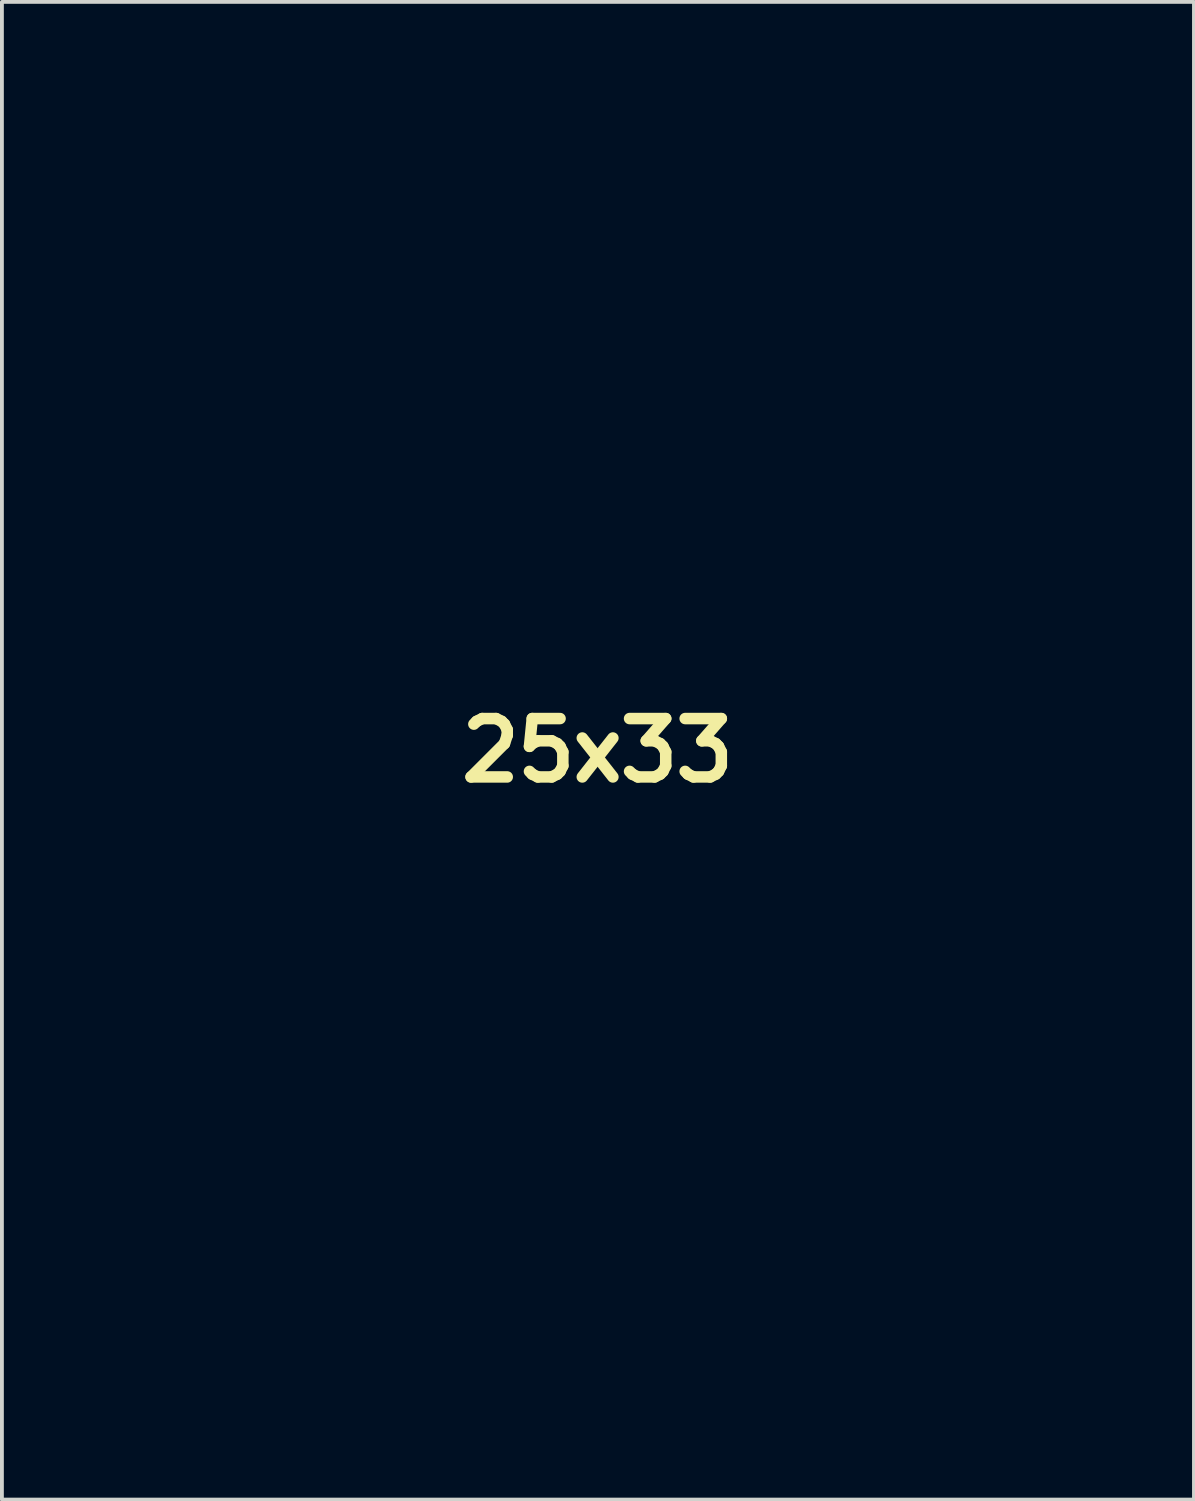
<source format=kicad_pcb>
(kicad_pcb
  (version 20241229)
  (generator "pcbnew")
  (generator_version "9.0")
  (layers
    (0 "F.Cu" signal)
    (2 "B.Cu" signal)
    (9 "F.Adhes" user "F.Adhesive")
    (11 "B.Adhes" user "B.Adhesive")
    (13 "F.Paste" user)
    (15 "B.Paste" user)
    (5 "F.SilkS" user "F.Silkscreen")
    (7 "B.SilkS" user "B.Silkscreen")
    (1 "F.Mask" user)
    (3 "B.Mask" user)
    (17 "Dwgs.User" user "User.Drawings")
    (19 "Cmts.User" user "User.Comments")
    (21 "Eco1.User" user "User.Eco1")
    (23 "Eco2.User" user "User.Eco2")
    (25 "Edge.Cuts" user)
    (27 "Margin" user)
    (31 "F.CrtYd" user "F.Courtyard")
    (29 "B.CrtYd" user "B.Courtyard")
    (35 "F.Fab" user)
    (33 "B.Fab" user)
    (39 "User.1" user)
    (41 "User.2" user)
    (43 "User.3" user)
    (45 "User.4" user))
  (footprint "25x33"
    (layer "F.Cu")
    (at 12.548 16.54)
    (property "Reference" "25x33" (at 0 0 0) (layer "F.SilkS") (effects (font (size 1.524 1.524) (thickness 0.3))))
    (attr board_only exclude_from_pos_files exclude_from_bom)
    (fp_poly (pts (xy 0.199 -16.49) (xy 0.493 -16.49) (xy 0.784 -16.49) (xy 1.07 -16.49) (xy 1.348 -16.489) (xy 1.616 -16.488) (xy 1.873 -16.487) (xy 2.115 -16.486) (xy 2.343 -16.485) (xy 2.552 -16.484) (xy 2.741 -16.483) (xy 2.909 -16.481) (xy 3.052 -16.479) (xy 3.169 -16.478) (xy 3.258 -16.476) (xy 3.317 -16.474) (xy 3.337 -16.472) (xy 3.646 -16.425) (xy 3.952 -16.345) (xy 4.248 -16.236) (xy 4.53 -16.099) (xy 4.662 -16.021) (xy 4.913 -15.846) (xy 5.148 -15.644) (xy 5.364 -15.418) (xy 5.557 -15.172) (xy 5.724 -14.91) (xy 5.861 -14.639) (xy 5.967 -14.364) (xy 6.042 -14.09) (xy 6.088 -13.812) (xy 6.105 -13.522) (xy 6.106 -13.483) (xy 6.106 -13.197) (xy 6.051 -13.082) (xy 5.973 -12.954) (xy 5.869 -12.845) (xy 5.744 -12.759) (xy 5.605 -12.7) (xy 5.545 -12.685) (xy 5.521 -12.684) (xy 5.465 -12.682) (xy 5.378 -12.681) (xy 5.262 -12.679) (xy 5.119 -12.678) (xy 4.949 -12.677) (xy 4.756 -12.676) (xy 4.539 -12.675) (xy 4.301 -12.674) (xy 4.043 -12.673) (xy 3.767 -12.672) (xy 3.474 -12.671) (xy 3.166 -12.671) (xy 2.844 -12.67) (xy 2.51 -12.67) (xy 2.165 -12.669) (xy 1.811 -12.669) (xy 1.45 -12.668) (xy 1.083 -12.668) (xy 0.711 -12.668) (xy 0.337 -12.668) (xy -0.039 -12.668) (xy -0.415 -12.668) (xy -0.789 -12.668) (xy -1.16 -12.668) (xy -1.526 -12.668) (xy -1.885 -12.668) (xy -2.237 -12.669) (xy -2.579 -12.669) (xy -2.911 -12.67) (xy -3.23 -12.67) (xy -3.535 -12.671) (xy -3.824 -12.672) (xy -4.096 -12.673) (xy -4.35 -12.673) (xy -4.583 -12.674) (xy -4.795 -12.675) (xy -4.983 -12.677) (xy -5.147 -12.678) (xy -5.284 -12.679) (xy -5.394 -12.68) (xy -5.474 -12.682) (xy -5.523 -12.683) (xy -5.539 -12.684) (xy -5.677 -12.728) (xy -5.803 -12.801) (xy -5.912 -12.898) (xy -6.001 -13.015) (xy -6.064 -13.15) (xy -6.091 -13.247) (xy -6.102 -13.306) (xy -6.108 -13.361) (xy -6.11 -13.421) (xy -6.107 -13.495) (xy -6.101 -13.591) (xy -6.099 -13.615) (xy -6.067 -13.892) (xy -6.016 -14.148) (xy -5.943 -14.392) (xy -5.847 -14.635) (xy -5.787 -14.763) (xy -5.63 -15.044) (xy -5.448 -15.304) (xy -5.242 -15.542) (xy -5.014 -15.756) (xy -4.766 -15.945) (xy -4.5 -16.108) (xy -4.217 -16.244) (xy -3.919 -16.352) (xy -3.608 -16.43) (xy -3.331 -16.472) (xy -3.294 -16.474) (xy -3.226 -16.476) (xy -3.127 -16.478) (xy -3.001 -16.48) (xy -2.85 -16.481) (xy -2.675 -16.483) (xy -2.48 -16.484) (xy -2.264 -16.486) (xy -2.032 -16.487) (xy -1.784 -16.488) (xy -1.524 -16.488) (xy -1.252 -16.489) (xy -0.972 -16.49) (xy -0.684 -16.49) (xy -0.392 -16.49) (xy -0.097 -16.49)) (stroke (width 0.1) (type solid)) (fill no) (layer "Eco1.User"))
    (fp_poly (pts (xy 10.979 -11.545) (xy 11.068 -11.543) (xy 11.138 -11.539) (xy 11.199 -11.531) (xy 11.257 -11.52) (xy 11.308 -11.508) (xy 11.529 -11.435) (xy 11.733 -11.334) (xy 11.919 -11.204) (xy 12.061 -11.072) (xy 12.195 -10.917) (xy 12.302 -10.756) (xy 12.387 -10.582) (xy 12.455 -10.385) (xy 12.462 -10.359) (xy 12.506 -10.199) (xy 12.511 -5.209) (xy 12.515 -0.219) (xy 11.538 -0.219) (xy 11.538 -5.092) (xy 11.538 -5.626) (xy 11.538 -6.126) (xy 11.537 -6.594) (xy 11.537 -7.029) (xy 11.537 -7.433) (xy 11.536 -7.806) (xy 11.535 -8.149) (xy 11.535 -8.461) (xy 11.534 -8.744) (xy 11.533 -8.998) (xy 11.532 -9.223) (xy 11.531 -9.421) (xy 11.529 -9.591) (xy 11.528 -9.735) (xy 11.526 -9.852) (xy 11.525 -9.943) (xy 11.523 -10.008) (xy 11.521 -10.05) (xy 11.519 -10.064) (xy 11.477 -10.208) (xy 11.407 -10.333) (xy 11.311 -10.438) (xy 11.191 -10.52) (xy 11.172 -10.53) (xy 11.114 -10.557) (xy 11.063 -10.574) (xy 11.008 -10.584) (xy 10.937 -10.59) (xy 10.894 -10.592) (xy 10.644 -10.586) (xy 10.385 -10.551) (xy 10.123 -10.487) (xy 9.862 -10.396) (xy 9.606 -10.28) (xy 9.36 -10.139) (xy 9.239 -10.058) (xy 9.149 -9.988) (xy 9.046 -9.898) (xy 8.937 -9.794) (xy 8.828 -9.683) (xy 8.726 -9.572) (xy 8.639 -9.468) (xy 8.586 -9.399) (xy 8.448 -9.179) (xy 8.324 -8.936) (xy 8.22 -8.675) (xy 8.136 -8.404) (xy 8.115 -8.321) (xy 8.078 -8.161) (xy 8.073 -3.423) (xy 8.068 1.314) (xy 12.515 1.314) (xy 12.511 6.876) (xy 12.51 7.391) (xy 12.51 7.874) (xy 12.509 8.324) (xy 12.509 8.745) (xy 12.509 9.136) (xy 12.508 9.499) (xy 12.508 9.834) (xy 12.507 10.144) (xy 12.507 10.428) (xy 12.506 10.689) (xy 12.505 10.926) (xy 12.505 11.142) (xy 12.504 11.337) (xy 12.503 11.513) (xy 12.502 11.67) (xy 12.501 11.81) (xy 12.5 11.933) (xy 12.499 12.041) (xy 12.498 12.135) (xy 12.497 12.216) (xy 12.495 12.284) (xy 12.493 12.342) (xy 12.492 12.39) (xy 12.49 12.429) (xy 12.488 12.461) (xy 12.486 12.485) (xy 12.483 12.505) (xy 12.481 12.52) (xy 12.478 12.531) (xy 12.477 12.536) (xy 12.406 12.717) (xy 12.308 12.879) (xy 12.185 13.019) (xy 12.039 13.136) (xy 11.872 13.227) (xy 11.811 13.252) (xy 11.764 13.269) (xy 11.72 13.28) (xy 11.672 13.288) (xy 11.612 13.294) (xy 11.532 13.297) (xy 11.428 13.299) (xy 11.332 13.3) (xy 11.242 13.3) (xy 11.168 13.299) (xy 11.116 13.297) (xy 11.1 13.296) (xy 10.969 13.281) (xy 10.864 13.267) (xy 10.777 13.255) (xy 10.699 13.242) (xy 10.623 13.229) (xy 10.578 13.22) (xy 10.217 13.132) (xy 9.864 13.011) (xy 9.52 12.861) (xy 9.189 12.682) (xy 8.873 12.475) (xy 8.575 12.242) (xy 8.335 12.021) (xy 8.07 11.737) (xy 7.835 11.434) (xy 7.627 11.114) (xy 7.449 10.776) (xy 7.299 10.421) (xy 7.178 10.05) (xy 7.087 9.663) (xy 7.063 9.525) (xy 7.06 9.51) (xy 7.058 9.494) (xy 7.056 9.475) (xy 7.054 9.452) (xy 7.052 9.425) (xy 7.051 9.393) (xy 7.049 9.355) (xy 7.048 9.309) (xy 7.046 9.256) (xy 7.045 9.194) (xy 7.044 9.122) (xy 7.042 9.04) (xy 7.041 8.947) (xy 7.04 8.842) (xy 7.039 8.723) (xy 7.039 8.59) (xy 7.038 8.443) (xy 7.037 8.28) (xy 7.036 8.1) (xy 7.036 7.903) (xy 7.035 7.687) (xy 7.035 7.452) (xy 7.034 7.198) (xy 7.034 6.922) (xy 7.034 6.624) (xy 7.033 6.304) (xy 7.033 5.96) (xy 7.033 5.592) (xy 7.033 5.199) (xy 7.033 4.779) (xy 7.032 4.333) (xy 7.032 3.858) (xy 7.032 3.355) (xy 7.032 2.822) (xy 7.032 2.258) (xy 7.032 1.663) (xy 7.032 1.036) (xy 7.032 0.623) (xy 7.032 -8.093) (xy 7.07 -8.304) (xy 7.152 -8.662) (xy 7.263 -9.007) (xy 7.403 -9.337) (xy 7.571 -9.65) (xy 7.765 -9.945) (xy 7.985 -10.22) (xy 8.229 -10.474) (xy 8.496 -10.706) (xy 8.785 -10.913) (xy 9.096 -11.096) (xy 9.205 -11.151) (xy 9.53 -11.294) (xy 9.856 -11.404) (xy 10.185 -11.482) (xy 10.522 -11.528) (xy 10.864 -11.545)) (stroke (width 0.1) (type solid)) (fill no) (layer "Eco1.User"))
    (fp_poly (pts (xy -10.654 -11.539) (xy -10.454 -11.524) (xy -10.26 -11.497) (xy -10.058 -11.456) (xy -9.949 -11.43) (xy -9.602 -11.325) (xy -9.27 -11.19) (xy -8.954 -11.026) (xy -8.653 -10.833) (xy -8.371 -10.612) (xy -8.108 -10.364) (xy -7.866 -10.091) (xy -7.773 -9.971) (xy -7.576 -9.681) (xy -7.407 -9.373) (xy -7.266 -9.047) (xy -7.152 -8.701) (xy -7.066 -8.336) (xy -7.054 -8.276) (xy -7.015 -8.06) (xy -7.015 0.606) (xy -7.015 1.272) (xy -7.015 1.906) (xy -7.015 2.507) (xy -7.016 3.076) (xy -7.016 3.615) (xy -7.016 4.125) (xy -7.016 4.605) (xy -7.016 5.057) (xy -7.017 5.481) (xy -7.017 5.879) (xy -7.017 6.251) (xy -7.018 6.597) (xy -7.018 6.919) (xy -7.019 7.218) (xy -7.019 7.493) (xy -7.02 7.747) (xy -7.021 7.979) (xy -7.021 8.191) (xy -7.022 8.383) (xy -7.023 8.556) (xy -7.024 8.711) (xy -7.025 8.848) (xy -7.026 8.968) (xy -7.027 9.073) (xy -7.029 9.163) (xy -7.03 9.238) (xy -7.031 9.3) (xy -7.033 9.349) (xy -7.034 9.385) (xy -7.036 9.411) (xy -7.037 9.424) (xy -7.108 9.812) (xy -7.205 10.181) (xy -7.33 10.533) (xy -7.484 10.871) (xy -7.668 11.198) (xy -7.883 11.516) (xy -7.931 11.58) (xy -8.007 11.674) (xy -8.104 11.783) (xy -8.215 11.901) (xy -8.333 12.021) (xy -8.453 12.138) (xy -8.569 12.244) (xy -8.673 12.335) (xy -8.733 12.382) (xy -9.055 12.607) (xy -9.386 12.8) (xy -9.728 12.962) (xy -10.083 13.093) (xy -10.453 13.195) (xy -10.814 13.264) (xy -10.914 13.277) (xy -11.031 13.287) (xy -11.156 13.294) (xy -11.284 13.299) (xy -11.408 13.3) (xy -11.522 13.299) (xy -11.617 13.294) (xy -11.689 13.286) (xy -11.71 13.281) (xy -11.884 13.22) (xy -12.042 13.13) (xy -12.182 13.014) (xy -12.302 12.873) (xy -12.398 12.711) (xy -12.458 12.565) (xy -12.461 12.556) (xy -12.464 12.545) (xy -12.466 12.531) (xy -12.469 12.513) (xy -12.471 12.49) (xy -12.473 12.461) (xy -12.475 12.425) (xy -12.477 12.381) (xy -12.478 12.327) (xy -12.48 12.263) (xy -12.481 12.187) (xy -12.482 12.099) (xy -12.484 11.997) (xy -12.485 11.88) (xy -12.486 11.748) (xy -12.486 11.598) (xy -12.487 11.43) (xy -12.488 11.244) (xy -12.489 11.037) (xy -12.489 10.809) (xy -12.49 10.558) (xy -12.49 10.284) (xy -12.491 9.986) (xy -12.491 9.661) (xy -12.492 9.31) (xy -12.492 8.932) (xy -12.492 8.524) (xy -12.493 8.087) (xy -12.493 7.618) (xy -12.494 7.117) (xy -12.494 6.893) (xy -12.498 1.314) (xy -8.051 1.314) (xy -8.052 -3.314) (xy -8.052 -3.789) (xy -8.052 -4.232) (xy -8.052 -4.644) (xy -8.052 -5.026) (xy -8.052 -5.379) (xy -8.052 -5.704) (xy -8.052 -6.003) (xy -8.053 -6.277) (xy -8.053 -6.527) (xy -8.054 -6.755) (xy -8.055 -6.961) (xy -8.056 -7.146) (xy -8.058 -7.313) (xy -8.059 -7.462) (xy -8.061 -7.594) (xy -8.063 -7.711) (xy -8.065 -7.814) (xy -8.068 -7.904) (xy -8.071 -7.983) (xy -8.075 -8.051) (xy -8.078 -8.11) (xy -8.082 -8.16) (xy -8.087 -8.204) (xy -8.092 -8.243) (xy -8.098 -8.277) (xy -8.103 -8.308) (xy -8.11 -8.338) (xy -8.117 -8.366) (xy -8.124 -8.396) (xy -8.132 -8.427) (xy -8.134 -8.434) (xy -8.227 -8.733) (xy -8.349 -9.015) (xy -8.498 -9.28) (xy -8.672 -9.525) (xy -8.87 -9.749) (xy -9.091 -9.951) (xy -9.333 -10.128) (xy -9.594 -10.281) (xy -9.872 -10.406) (xy -10.168 -10.504) (xy -10.342 -10.546) (xy -10.432 -10.562) (xy -10.521 -10.574) (xy -10.619 -10.581) (xy -10.737 -10.584) (xy -10.788 -10.584) (xy -10.89 -10.585) (xy -10.964 -10.584) (xy -11.018 -10.581) (xy -11.058 -10.576) (xy -11.091 -10.566) (xy -11.124 -10.552) (xy -11.154 -10.537) (xy -11.273 -10.459) (xy -11.376 -10.355) (xy -11.455 -10.231) (xy -11.459 -10.225) (xy -11.513 -10.115) (xy -11.517 -5.167) (xy -11.521 -0.219) (xy -12.498 -0.219) (xy -12.489 -10.232) (xy -12.451 -10.367) (xy -12.372 -10.59) (xy -12.265 -10.795) (xy -12.132 -10.981) (xy -11.976 -11.144) (xy -11.799 -11.284) (xy -11.601 -11.398) (xy -11.386 -11.484) (xy -11.31 -11.507) (xy -11.255 -11.521) (xy -11.201 -11.531) (xy -11.142 -11.537) (xy -11.07 -11.541) (xy -10.977 -11.543) (xy -10.872 -11.544)) (stroke (width 0.1) (type solid)) (fill no) (layer "Eco1.User"))
    (fp_poly (pts (xy 2.202 -11.788) (xy 2.428 -11.788) (xy 2.631 -11.787) (xy 2.814 -11.786) (xy 2.976 -11.785) (xy 3.121 -11.784) (xy 3.249 -11.782) (xy 3.361 -11.78) (xy 3.459 -11.777) (xy 3.545 -11.774) (xy 3.619 -11.771) (xy 3.684 -11.767) (xy 3.74 -11.763) (xy 3.789 -11.758) (xy 3.833 -11.753) (xy 3.873 -11.747) (xy 3.909 -11.741) (xy 3.944 -11.734) (xy 3.98 -11.727) (xy 3.993 -11.724) (xy 4.266 -11.648) (xy 4.534 -11.541) (xy 4.79 -11.407) (xy 5.031 -11.247) (xy 5.253 -11.066) (xy 5.449 -10.865) (xy 5.45 -10.864) (xy 5.633 -10.629) (xy 5.789 -10.376) (xy 5.918 -10.102) (xy 6.021 -9.809) (xy 6.068 -9.631) (xy 6.105 -9.474) (xy 6.11 -4.817) (xy 6.11 -4.302) (xy 6.111 -3.819) (xy 6.111 -3.369) (xy 6.111 -2.951) (xy 6.111 -2.564) (xy 6.111 -2.207) (xy 6.111 -1.881) (xy 6.11 -1.584) (xy 6.11 -1.315) (xy 6.109 -1.074) (xy 6.108 -0.861) (xy 6.107 -0.675) (xy 6.106 -0.515) (xy 6.105 -0.38) (xy 6.103 -0.271) (xy 6.102 -0.185) (xy 6.1 -0.124) (xy 6.098 -0.085) (xy 6.096 -0.071) (xy 6.054 0.064) (xy 5.985 0.199) (xy 5.895 0.326) (xy 5.79 0.437) (xy 5.676 0.525) (xy 5.633 0.55) (xy 5.587 0.575) (xy 5.546 0.595) (xy 5.508 0.613) (xy 5.469 0.627) (xy 5.427 0.638) (xy 5.377 0.647) (xy 5.317 0.654) (xy 5.243 0.66) (xy 5.152 0.664) (xy 5.041 0.667) (xy 4.907 0.67) (xy 4.746 0.672) (xy 4.556 0.674) (xy 4.506 0.675) (xy 4.295 0.678) (xy 4.114 0.681) (xy 3.96 0.685) (xy 3.828 0.689) (xy 3.714 0.694) (xy 3.616 0.7) (xy 3.528 0.708) (xy 3.448 0.718) (xy 3.371 0.73) (xy 3.294 0.745) (xy 3.213 0.762) (xy 3.125 0.782) (xy 3.116 0.784) (xy 2.857 0.856) (xy 2.591 0.951) (xy 2.326 1.064) (xy 2.074 1.191) (xy 1.844 1.328) (xy 1.819 1.345) (xy 1.521 1.563) (xy 1.247 1.805) (xy 0.997 2.068) (xy 0.772 2.352) (xy 0.575 2.653) (xy 0.405 2.972) (xy 0.265 3.306) (xy 0.154 3.653) (xy 0.143 3.695) (xy 0.13 3.745) (xy 0.118 3.79) (xy 0.107 3.832) (xy 0.097 3.872) (xy 0.088 3.911) (xy 0.079 3.951) (xy 0.072 3.994) (xy 0.065 4.04) (xy 0.059 4.092) (xy 0.053 4.15) (xy 0.048 4.216) (xy 0.044 4.291) (xy 0.04 4.377) (xy 0.037 4.476) (xy 0.034 4.588) (xy 0.032 4.715) (xy 0.03 4.858) (xy 0.029 5.02) (xy 0.027 5.2) (xy 0.027 5.402) (xy 0.026 5.625) (xy 0.026 5.872) (xy 0.025 6.144) (xy 0.025 6.442) (xy 0.025 6.768) (xy 0.025 7.123) (xy 0.025 7.509) (xy 0.025 7.926) (xy 0.025 8.019) (xy 0.025 11.734) (xy 0.07 11.802) (xy 0.096 11.838) (xy 0.122 11.867) (xy 0.152 11.89) (xy 0.191 11.907) (xy 0.243 11.919) (xy 0.311 11.927) (xy 0.4 11.933) (xy 0.513 11.936) (xy 0.655 11.938) (xy 0.694 11.939) (xy 0.856 11.94) (xy 0.99 11.939) (xy 1.095 11.936) (xy 1.17 11.932) (xy 1.212 11.925) (xy 1.285 11.893) (xy 1.354 11.841) (xy 1.408 11.778) (xy 1.426 11.745) (xy 1.428 11.734) (xy 1.431 11.714) (xy 1.433 11.683) (xy 1.435 11.64) (xy 1.437 11.584) (xy 1.439 11.513) (xy 1.44 11.427) (xy 1.442 11.324) (xy 1.443 11.203) (xy 1.444 11.063) (xy 1.445 10.902) (xy 1.446 10.72) (xy 1.446 10.515) (xy 1.447 10.285) (xy 1.448 10.03) (xy 1.448 9.749) (xy 1.448 9.439) (xy 1.448 9.101) (xy 1.449 8.732) (xy 1.449 8.332) (xy 1.449 7.997) (xy 1.449 7.574) (xy 1.449 7.184) (xy 1.449 6.825) (xy 1.449 6.495) (xy 1.449 6.194) (xy 1.449 5.92) (xy 1.45 5.671) (xy 1.45 5.447) (xy 1.451 5.245) (xy 1.452 5.065) (xy 1.453 4.905) (xy 1.455 4.764) (xy 1.457 4.64) (xy 1.46 4.533) (xy 1.463 4.44) (xy 1.467 4.361) (xy 1.471 4.294) (xy 1.475 4.238) (xy 1.481 4.191) (xy 1.487 4.152) (xy 1.493 4.12) (xy 1.501 4.093) (xy 1.509 4.07) (xy 1.518 4.05) (xy 1.528 4.031) (xy 1.538 4.012) (xy 1.55 3.992) (xy 1.563 3.968) (xy 1.563 3.968) (xy 1.652 3.832) (xy 1.768 3.711) (xy 1.903 3.61) (xy 2.054 3.533) (xy 2.165 3.496) (xy 2.201 3.491) (xy 2.268 3.486) (xy 2.363 3.482) (xy 2.482 3.479) (xy 2.623 3.476) (xy 2.782 3.473) (xy 2.957 3.471) (xy 3.145 3.469) (xy 3.342 3.468) (xy 3.546 3.467) (xy 3.753 3.467) (xy 3.962 3.467) (xy 4.167 3.468) (xy 4.367 3.469) (xy 4.559 3.47) (xy 4.74 3.472) (xy 4.906 3.475) (xy 5.054 3.478) (xy 5.182 3.481) (xy 5.286 3.485) (xy 5.365 3.489) (xy 5.413 3.494) (xy 5.422 3.496) (xy 5.571 3.547) (xy 5.71 3.626) (xy 5.836 3.729) (xy 5.943 3.851) (xy 6.027 3.987) (xy 6.084 4.132) (xy 6.096 4.181) (xy 6.098 4.202) (xy 6.1 4.247) (xy 6.102 4.315) (xy 6.103 4.407) (xy 6.105 4.524) (xy 6.106 4.667) (xy 6.107 4.836) (xy 6.108 5.031) (xy 6.109 5.254) (xy 6.11 5.504) (xy 6.11 5.783) (xy 6.111 6.09) (xy 6.111 6.427) (xy 6.111 6.794) (xy 6.111 7.192) (xy 6.111 7.62) (xy 6.111 8.081) (xy 6.111 8.574) (xy 6.11 9.099) (xy 6.11 9.306) (xy 6.105 14.342) (xy 6.061 14.519) (xy 5.97 14.815) (xy 5.853 15.091) (xy 5.711 15.346) (xy 5.542 15.579) (xy 5.347 15.791) (xy 5.127 15.981) (xy 4.99 16.08) (xy 4.759 16.217) (xy 4.509 16.331) (xy 4.235 16.425) (xy 4.076 16.467) (xy 4.061 16.47) (xy 4.044 16.473) (xy 4.023 16.476) (xy 3.997 16.479) (xy 3.966 16.481) (xy 3.927 16.483) (xy 3.879 16.485) (xy 3.821 16.487) (xy 3.751 16.489) (xy 3.669 16.49) (xy 3.573 16.492) (xy 3.462 16.493) (xy 3.333 16.494) (xy 3.187 16.495) (xy 3.022 16.496) (xy 2.836 16.496) (xy 2.628 16.497) (xy 2.396 16.498) (xy 2.14 16.498) (xy 1.858 16.499) (xy 1.549 16.499) (xy 1.212 16.5) (xy 0.844 16.5) (xy 0.445 16.5) (xy 0.059 16.501) (xy -0.369 16.501) (xy -0.765 16.501) (xy -1.13 16.502) (xy -1.465 16.502) (xy -1.771 16.502) (xy -2.051 16.502) (xy -2.305 16.502) (xy -2.535 16.502) (xy -2.741 16.501) (xy -2.926 16.501) (xy -3.091 16.5) (xy -3.236 16.5) (xy -3.364 16.499) (xy -3.476 16.498) (xy -3.573 16.496) (xy -3.655 16.495) (xy -3.726 16.494) (xy -3.786 16.492) (xy -3.836 16.49) (xy -3.877 16.488) (xy -3.912 16.485) (xy -3.941 16.483) (xy -3.965 16.48) (xy -3.987 16.477) (xy -4.004 16.474) (xy -4.283 16.408) (xy -4.552 16.311) (xy -4.807 16.185) (xy -5.046 16.033) (xy -5.267 15.855) (xy -5.466 15.653) (xy -5.643 15.431) (xy -5.794 15.188) (xy -5.824 15.131) (xy -5.939 14.872) (xy -6.024 14.607) (xy -6.079 14.331) (xy -6.098 14.167) (xy -6.099 14.139) (xy -6.1 14.087) (xy -6.101 14.009) (xy -6.103 13.906) (xy -6.104 13.778) (xy -6.105 13.623) (xy -6.105 13.442) (xy -6.106 13.234) (xy -6.107 13) (xy -6.108 12.738) (xy -6.108 12.448) (xy -6.109 12.131) (xy -6.11 11.785) (xy -6.11 11.411) (xy -6.11 11.008) (xy -6.111 10.575) (xy -6.111 10.113) (xy -6.111 9.621) (xy -6.112 9.099) (xy -6.112 8.547) (xy -6.112 7.963) (xy -6.112 7.349) (xy -6.112 6.703) (xy -6.112 6.025) (xy -6.111 5.315) (xy -6.111 4.572) (xy -6.111 3.797) (xy -6.11 2.989) (xy -6.11 2.282) (xy -6.11 1.529) (xy -6.109 0.809) (xy -6.109 0.121) (xy -6.109 -0.535) (xy -6.108 -1.161) (xy -6.108 -1.757) (xy -6.108 -2.323) (xy -6.107 -2.861) (xy -6.107 -3.372) (xy -6.107 -3.855) (xy -6.106 -4.312) (xy -6.106 -4.744) (xy -6.105 -5.151) (xy -6.105 -5.533) (xy -6.104 -5.893) (xy -6.104 -6.23) (xy -6.104 -6.545) (xy -6.103 -6.839) (xy -6.102 -7.113) (xy -6.102 -7.368) (xy -6.101 -7.603) (xy -6.101 -7.821) (xy -6.1 -8.021) (xy -6.099 -8.205) (xy -6.098 -8.373) (xy -6.098 -8.525) (xy -6.097 -8.664) (xy -6.096 -8.788) (xy -6.095 -8.9) (xy -6.094 -9) (xy -6.093 -9.089) (xy -6.092 -9.166) (xy -6.091 -9.234) (xy -6.089 -9.293) (xy -6.088 -9.344) (xy -6.087 -9.387) (xy -6.085 -9.422) (xy -6.084 -9.452) (xy -6.082 -9.477) (xy -6.08 -9.496) (xy -6.079 -9.512) (xy -6.077 -9.525) (xy -6.075 -9.533) (xy -5.999 -9.838) (xy -5.9 -10.119) (xy -5.776 -10.38) (xy -5.627 -10.622) (xy -5.451 -10.847) (xy -5.316 -10.992) (xy -5.098 -11.189) (xy -4.865 -11.358) (xy -4.615 -11.499) (xy -4.346 -11.615) (xy -4.056 -11.706) (xy -3.857 -11.751) (xy -3.839 -11.755) (xy -3.817 -11.758) (xy -3.791 -11.761) (xy -3.759 -11.763) (xy -3.719 -11.765) (xy -3.671 -11.768) (xy -3.613 -11.77) (xy -3.543 -11.771) (xy -3.46 -11.773) (xy -3.363 -11.775) (xy -3.25 -11.776) (xy -3.12 -11.777) (xy -2.972 -11.778) (xy -2.804 -11.779) (xy -2.615 -11.78) (xy -2.403 -11.781) (xy -2.168 -11.782) (xy -1.907 -11.783) (xy -1.619 -11.783) (xy -1.304 -11.784) (xy -0.959 -11.785) (xy -0.583 -11.785) (xy -0.175 -11.786) (xy -0.126 -11.786) (xy 0.296 -11.787) (xy 0.686 -11.787) (xy 1.045 -11.788) (xy 1.375 -11.788) (xy 1.677 -11.789) (xy 1.952 -11.789)) (stroke (width 0.1) (type solid)) (fill no) (layer "Eco1.User")))
  (gr_rect
    (start -3 -3)
    (end 28.114 36.092)
    (stroke (width 0.1) (type default))
    (fill no)
    (layer "Edge.Cuts")))
</source>
